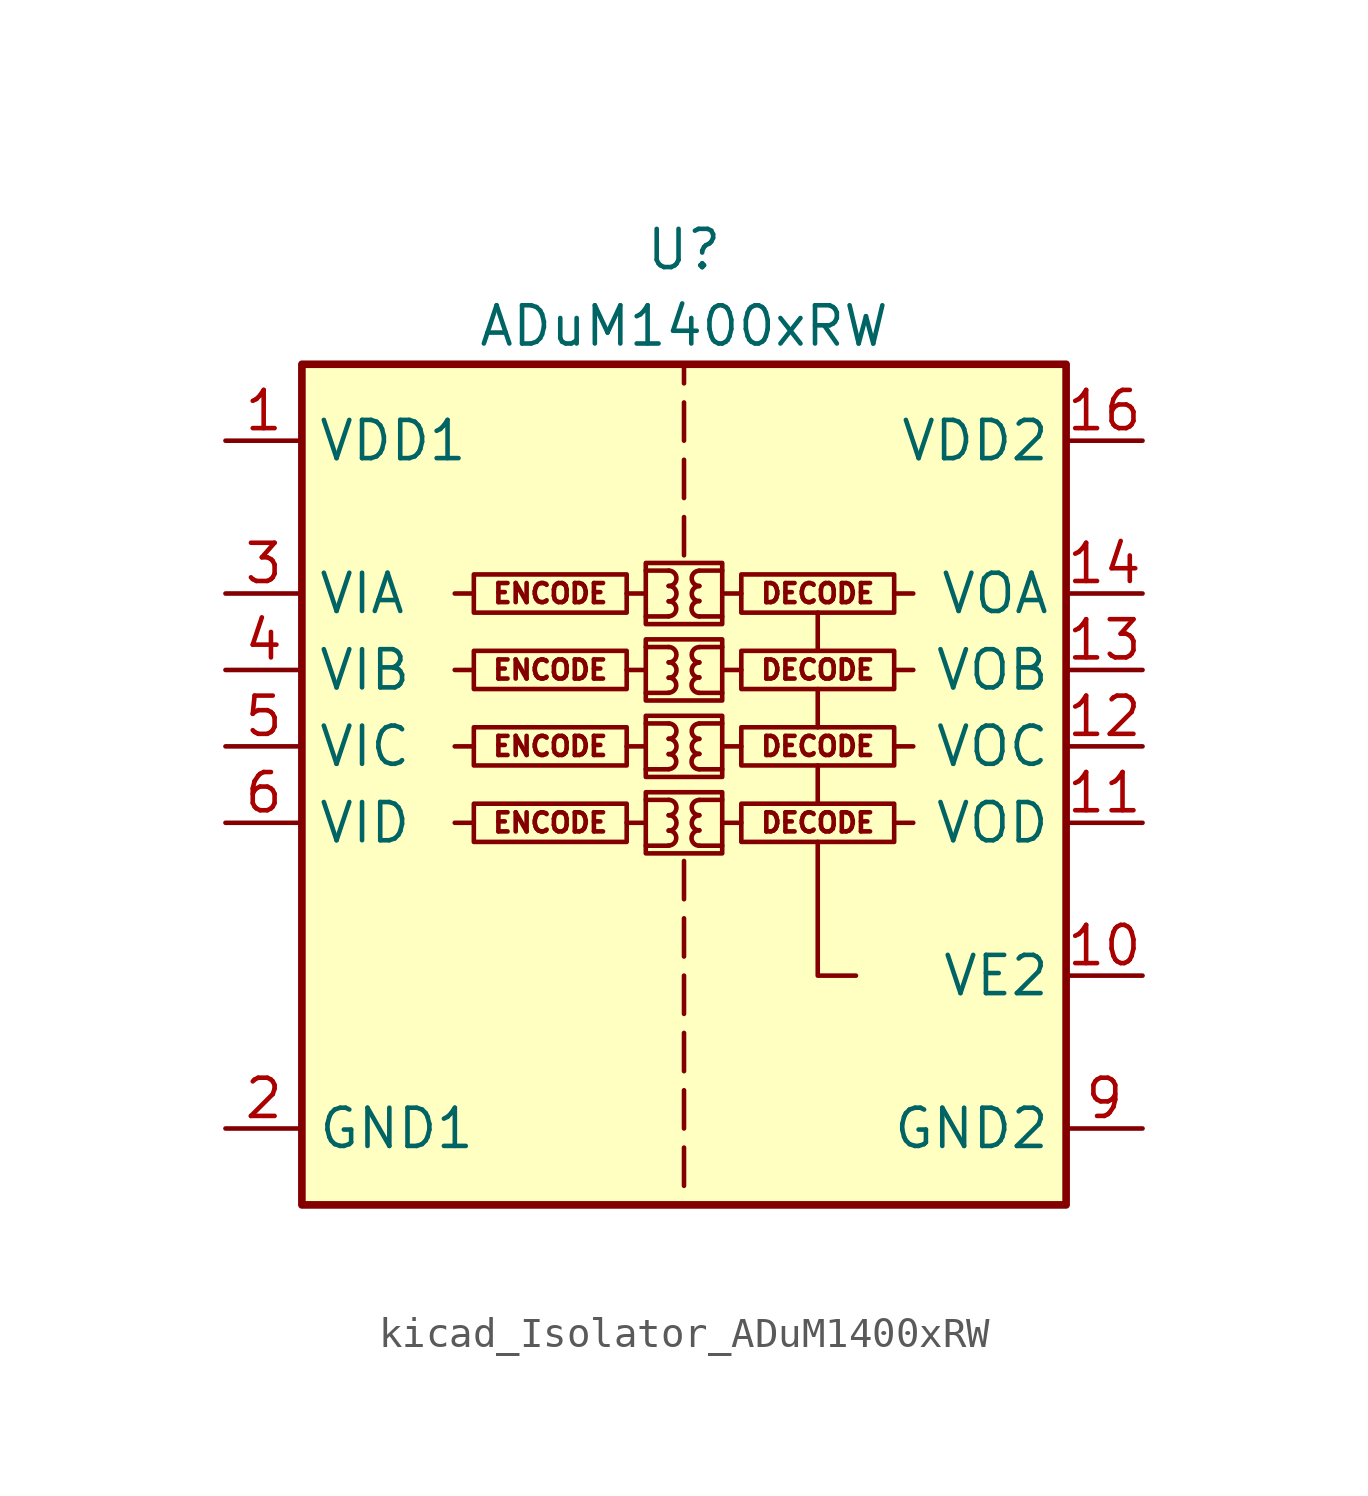
<source format=kicad_sym>
(kicad_symbol_lib
  (version 20220914)
  (generator kicad_symbol_editor)
  (symbol "kicad_Isolator_ADuM1400xRW"
    (property "Reference" "U"
      (at 0 19.05 0)
      (effects (font (size 1.27 1.27))))
    (property "Value" "ADuM1400xRW"
      (at 0 16.51 0)
      (effects (font (size 1.27 1.27))))
    (symbol "kicad_Isolator_ADuM1400xRW_0_0"
      (rectangle (start -1.905 0.635) (end -6.985 -0.635) (stroke (width 0) (type default)) (fill (type none)))
      (rectangle (start -1.27 1.016) (end 1.27 -1.016) (stroke (width 0) (type default)) (fill (type none)))
      (rectangle (start -1.27 3.556) (end 1.27 1.524) (stroke (width 0) (type default)) (fill (type none)))
      (rectangle (start -1.27 6.096) (end 1.27 4.064) (stroke (width 0) (type default)) (fill (type none)))
      (rectangle (start -1.27 8.636) (end 1.27 6.604) (stroke (width 0) (type default)) (fill (type none)))
      (arc (start -0.508 -0.762) (mid -0.2551 -0.508) (end -0.508 -0.254) (stroke (width 0) (type default)) (fill (type none)))
      (arc (start -0.508 -0.254) (mid -0.2551 0) (end -0.508 0.254) (stroke (width 0) (type default)) (fill (type none)))
      (arc (start -0.508 0.254) (mid -0.2551 0.508) (end -0.508 0.762) (stroke (width 0) (type default)) (fill (type none)))
      (arc (start -0.508 1.778) (mid -0.2551 2.032) (end -0.508 2.286) (stroke (width 0) (type default)) (fill (type none)))
      (arc (start -0.508 2.286) (mid -0.2551 2.54) (end -0.508 2.794) (stroke (width 0) (type default)) (fill (type none)))
      (arc (start -0.508 2.794) (mid -0.2551 3.048) (end -0.508 3.302) (stroke (width 0) (type default)) (fill (type none)))
      (arc (start -0.508 4.318) (mid -0.2551 4.572) (end -0.508 4.826) (stroke (width 0) (type default)) (fill (type none)))
      (arc (start -0.508 4.826) (mid -0.2551 5.08) (end -0.508 5.334) (stroke (width 0) (type default)) (fill (type none)))
      (arc (start -0.508 5.334) (mid -0.2551 5.588) (end -0.508 5.842) (stroke (width 0) (type default)) (fill (type none)))
      (arc (start -0.508 6.858) (mid -0.2551 7.112) (end -0.508 7.366) (stroke (width 0) (type default)) (fill (type none)))
      (arc (start -0.508 7.366) (mid -0.2551 7.62) (end -0.508 7.874) (stroke (width 0) (type default)) (fill (type none)))
      (arc (start -0.508 7.874) (mid -0.2551 8.128) (end -0.508 8.382) (stroke (width 0) (type default)) (fill (type none)))
      (polyline (pts (xy -6.985 0) (xy -7.62 0)) (stroke (width 0) (type default)) (fill (type none)))
      (polyline (pts (xy -6.985 2.54) (xy -7.62 2.54)) (stroke (width 0) (type default)) (fill (type none)))
      (polyline (pts (xy -6.985 5.08) (xy -7.62 5.08)) (stroke (width 0) (type default)) (fill (type none)))
      (polyline (pts (xy -6.985 7.62) (xy -7.62 7.62)) (stroke (width 0) (type default)) (fill (type none)))
      (polyline (pts (xy -1.905 0) (xy -1.27 0)) (stroke (width 0) (type default)) (fill (type none)))
      (polyline (pts (xy -1.905 2.54) (xy -1.27 2.54)) (stroke (width 0) (type default)) (fill (type none)))
      (polyline (pts (xy -1.905 5.08) (xy -1.27 5.08)) (stroke (width 0) (type default)) (fill (type none)))
      (polyline (pts (xy -1.905 7.62) (xy -1.27 7.62)) (stroke (width 0) (type default)) (fill (type none)))
      (polyline (pts (xy -1.27 -0.762) (xy -0.508 -0.762)) (stroke (width 0) (type default)) (fill (type none)))
      (polyline (pts (xy -1.27 0.762) (xy -0.508 0.762)) (stroke (width 0) (type default)) (fill (type none)))
      (polyline (pts (xy -1.27 1.778) (xy -0.508 1.778)) (stroke (width 0) (type default)) (fill (type none)))
      (polyline (pts (xy -1.27 3.302) (xy -0.508 3.302)) (stroke (width 0) (type default)) (fill (type none)))
      (polyline (pts (xy -1.27 4.318) (xy -0.508 4.318)) (stroke (width 0) (type default)) (fill (type none)))
      (polyline (pts (xy -1.27 5.842) (xy -0.508 5.842)) (stroke (width 0) (type default)) (fill (type none)))
      (polyline (pts (xy -1.27 6.858) (xy -0.508 6.858)) (stroke (width 0) (type default)) (fill (type none)))
      (polyline (pts (xy -1.27 8.382) (xy -0.508 8.382)) (stroke (width 0) (type default)) (fill (type none)))
      (polyline (pts (xy 0 -10.795) (xy 0 -12.065)) (stroke (width 0) (type default)) (fill (type none)))
      (polyline (pts (xy 0 -8.89) (xy 0 -10.16)) (stroke (width 0) (type default)) (fill (type none)))
      (polyline (pts (xy 0 -6.985) (xy 0 -8.255)) (stroke (width 0) (type default)) (fill (type none)))
      (polyline (pts (xy 0 -5.08) (xy 0 -6.35)) (stroke (width 0) (type default)) (fill (type none)))
      (polyline (pts (xy 0 -3.175) (xy 0 -4.445)) (stroke (width 0) (type default)) (fill (type none)))
      (polyline (pts (xy 0 -1.27) (xy 0 -2.54)) (stroke (width 0) (type default)) (fill (type none)))
      (polyline (pts (xy 0 8.89) (xy 0 10.16)) (stroke (width 0) (type default)) (fill (type none)))
      (polyline (pts (xy 0 10.795) (xy 0 12.065)) (stroke (width 0) (type default)) (fill (type none)))
      (polyline (pts (xy 0 12.7) (xy 0 13.97)) (stroke (width 0) (type default)) (fill (type none)))
      (polyline (pts (xy 0 15.24) (xy 0 14.605)) (stroke (width 0) (type default)) (fill (type none)))
      (polyline (pts (xy 1.27 -0.762) (xy 0.508 -0.762)) (stroke (width 0) (type default)) (fill (type none)))
      (polyline (pts (xy 1.27 0.762) (xy 0.508 0.762)) (stroke (width 0) (type default)) (fill (type none)))
      (polyline (pts (xy 1.27 1.778) (xy 0.508 1.778)) (stroke (width 0) (type default)) (fill (type none)))
      (polyline (pts (xy 1.27 3.302) (xy 0.508 3.302)) (stroke (width 0) (type default)) (fill (type none)))
      (polyline (pts (xy 1.27 4.318) (xy 0.508 4.318)) (stroke (width 0) (type default)) (fill (type none)))
      (polyline (pts (xy 1.27 5.842) (xy 0.508 5.842)) (stroke (width 0) (type default)) (fill (type none)))
      (polyline (pts (xy 1.27 6.858) (xy 0.508 6.858)) (stroke (width 0) (type default)) (fill (type none)))
      (polyline (pts (xy 1.27 8.382) (xy 0.508 8.382)) (stroke (width 0) (type default)) (fill (type none)))
      (polyline (pts (xy 1.905 0) (xy 1.27 0)) (stroke (width 0) (type default)) (fill (type none)))
      (polyline (pts (xy 1.905 2.54) (xy 1.27 2.54)) (stroke (width 0) (type default)) (fill (type none)))
      (polyline (pts (xy 1.905 5.08) (xy 1.27 5.08)) (stroke (width 0) (type default)) (fill (type none)))
      (polyline (pts (xy 1.905 7.62) (xy 1.27 7.62)) (stroke (width 0) (type default)) (fill (type none)))
      (polyline (pts (xy 4.445 0.635) (xy 4.445 1.905)) (stroke (width 0) (type default)) (fill (type none)))
      (polyline (pts (xy 4.445 3.175) (xy 4.445 4.445)) (stroke (width 0) (type default)) (fill (type none)))
      (polyline (pts (xy 4.445 5.715) (xy 4.445 6.985)) (stroke (width 0) (type default)) (fill (type none)))
      (polyline (pts (xy 6.985 0) (xy 7.62 0)) (stroke (width 0) (type default)) (fill (type none)))
      (polyline (pts (xy 6.985 2.54) (xy 7.62 2.54)) (stroke (width 0) (type default)) (fill (type none)))
      (polyline (pts (xy 6.985 5.08) (xy 7.62 5.08)) (stroke (width 0) (type default)) (fill (type none)))
      (polyline (pts (xy 6.985 7.62) (xy 7.62 7.62)) (stroke (width 0) (type default)) (fill (type none)))
      (polyline (pts (xy 5.715 -5.08) (xy 4.445 -5.08) (xy 4.445 -0.635)) (stroke (width 0) (type default)) (fill (type none)))
      (arc (start 0.508 -0.254) (mid 0.2551 -0.508) (end 0.508 -0.762) (stroke (width 0) (type default)) (fill (type none)))
      (arc (start 0.508 0.254) (mid 0.2551 0) (end 0.508 -0.254) (stroke (width 0) (type default)) (fill (type none)))
      (arc (start 0.508 0.762) (mid 0.2551 0.508) (end 0.508 0.254) (stroke (width 0) (type default)) (fill (type none)))
      (arc (start 0.508 2.286) (mid 0.2551 2.032) (end 0.508 1.778) (stroke (width 0) (type default)) (fill (type none)))
      (arc (start 0.508 2.794) (mid 0.2551 2.54) (end 0.508 2.286) (stroke (width 0) (type default)) (fill (type none)))
      (arc (start 0.508 3.302) (mid 0.2551 3.048) (end 0.508 2.794) (stroke (width 0) (type default)) (fill (type none)))
      (arc (start 0.508 4.826) (mid 0.2551 4.572) (end 0.508 4.318) (stroke (width 0) (type default)) (fill (type none)))
      (arc (start 0.508 5.334) (mid 0.2551 5.08) (end 0.508 4.826) (stroke (width 0) (type default)) (fill (type none)))
      (arc (start 0.508 5.842) (mid 0.2551 5.588) (end 0.508 5.334) (stroke (width 0) (type default)) (fill (type none)))
      (arc (start 0.508 7.366) (mid 0.2551 7.112) (end 0.508 6.858) (stroke (width 0) (type default)) (fill (type none)))
      (arc (start 0.508 7.874) (mid 0.2551 7.62) (end 0.508 7.366) (stroke (width 0) (type default)) (fill (type none)))
      (arc (start 0.508 8.382) (mid 0.2551 8.128) (end 0.508 7.874) (stroke (width 0) (type default)) (fill (type none)))
      (rectangle (start 1.905 0.635) (end 6.985 -0.635) (stroke (width 0) (type default)) (fill (type none)))
      (rectangle (start 1.905 3.175) (end 6.985 1.905) (stroke (width 0) (type default)) (fill (type none)))
      (rectangle (start 1.905 5.715) (end 6.985 4.445) (stroke (width 0) (type default)) (fill (type none)))
      (rectangle (start 1.905 8.255) (end 6.985 6.985) (stroke (width 0) (type default)) (fill (type none)))
      (text "DECODE" (at 4.445 0 0) (effects (font (size 0.635 0.635))))
      (text "DECODE" (at 4.445 2.54 0) (effects (font (size 0.635 0.635))))
      (text "DECODE" (at 4.445 5.08 0) (effects (font (size 0.635 0.635))))
      (text "DECODE" (at 4.445 7.62 0) (effects (font (size 0.635 0.635))))
      (text "ENCODE" (at -4.445 0 0) (effects (font (size 0.635 0.635))))
      (text "ENCODE" (at -4.445 2.54 0) (effects (font (size 0.635 0.635))))
      (text "ENCODE" (at -4.445 5.08 0) (effects (font (size 0.635 0.635))))
      (text "ENCODE" (at -4.445 7.62 0) (effects (font (size 0.635 0.635)))))
    (symbol "kicad_Isolator_ADuM1400xRW_0_1"
      (rectangle (start -12.7 15.24) (end 12.7 -12.7) (stroke (width 0.254) (type default)) (fill (type background)))
      (rectangle (start -1.905 3.175) (end -6.985 1.905) (stroke (width 0) (type default)) (fill (type none)))
      (rectangle (start -1.905 5.715) (end -6.985 4.445) (stroke (width 0) (type default)) (fill (type none)))
      (rectangle (start -1.905 8.255) (end -6.985 6.985) (stroke (width 0) (type default)) (fill (type none))))
    (symbol "kicad_Isolator_ADuM1400xRW_1_1"
      (pin power_in line (at -15.24 12.7 0) (length 2.54) (name "VDD1" (effects (font (size 1.27 1.27)))) (number "1" (effects (font (size 1.27 1.27)))))
      (pin input line (at 15.24 -5.08 180) (length 2.54) (name "VE2" (effects (font (size 1.27 1.27)))) (number "10" (effects (font (size 1.27 1.27)))))
      (pin output line (at 15.24 0 180) (length 2.54) (name "VOD" (effects (font (size 1.27 1.27)))) (number "11" (effects (font (size 1.27 1.27)))))
      (pin output line (at 15.24 2.54 180) (length 2.54) (name "VOC" (effects (font (size 1.27 1.27)))) (number "12" (effects (font (size 1.27 1.27)))))
      (pin output line (at 15.24 5.08 180) (length 2.54) (name "VOB" (effects (font (size 1.27 1.27)))) (number "13" (effects (font (size 1.27 1.27)))))
      (pin output line (at 15.24 7.62 180) (length 2.54) (name "VOA" (effects (font (size 1.27 1.27)))) (number "14" (effects (font (size 1.27 1.27)))))
      (pin passive line (at 15.24 -10.16 180) (length 2.54) hide (name "GND2" (effects (font (size 1.27 1.27)))) (number "15" (effects (font (size 1.27 1.27)))))
      (pin power_in line (at 15.24 12.7 180) (length 2.54) (name "VDD2" (effects (font (size 1.27 1.27)))) (number "16" (effects (font (size 1.27 1.27)))))
      (pin power_in line (at -15.24 -10.16 0) (length 2.54) (name "GND1" (effects (font (size 1.27 1.27)))) (number "2" (effects (font (size 1.27 1.27)))))
      (pin input line (at -15.24 7.62 0) (length 2.54) (name "VIA" (effects (font (size 1.27 1.27)))) (number "3" (effects (font (size 1.27 1.27)))))
      (pin input line (at -15.24 5.08 0) (length 2.54) (name "VIB" (effects (font (size 1.27 1.27)))) (number "4" (effects (font (size 1.27 1.27)))))
      (pin input line (at -15.24 2.54 0) (length 2.54) (name "VIC" (effects (font (size 1.27 1.27)))) (number "5" (effects (font (size 1.27 1.27)))))
      (pin input line (at -15.24 0 0) (length 2.54) (name "VID" (effects (font (size 1.27 1.27)))) (number "6" (effects (font (size 1.27 1.27)))))
      (pin no_connect line (at -12.7 -5.08 0) (length 2.54) hide (name "NC" (effects (font (size 1.27 1.27)))) (number "7" (effects (font (size 1.27 1.27)))))
      (pin passive line (at -15.24 -10.16 0) (length 2.54) hide (name "GND1" (effects (font (size 1.27 1.27)))) (number "8" (effects (font (size 1.27 1.27)))))
      (pin power_in line (at 15.24 -10.16 180) (length 2.54) (name "GND2" (effects (font (size 1.27 1.27)))) (number "9" (effects (font (size 1.27 1.27))))))))
</source>
